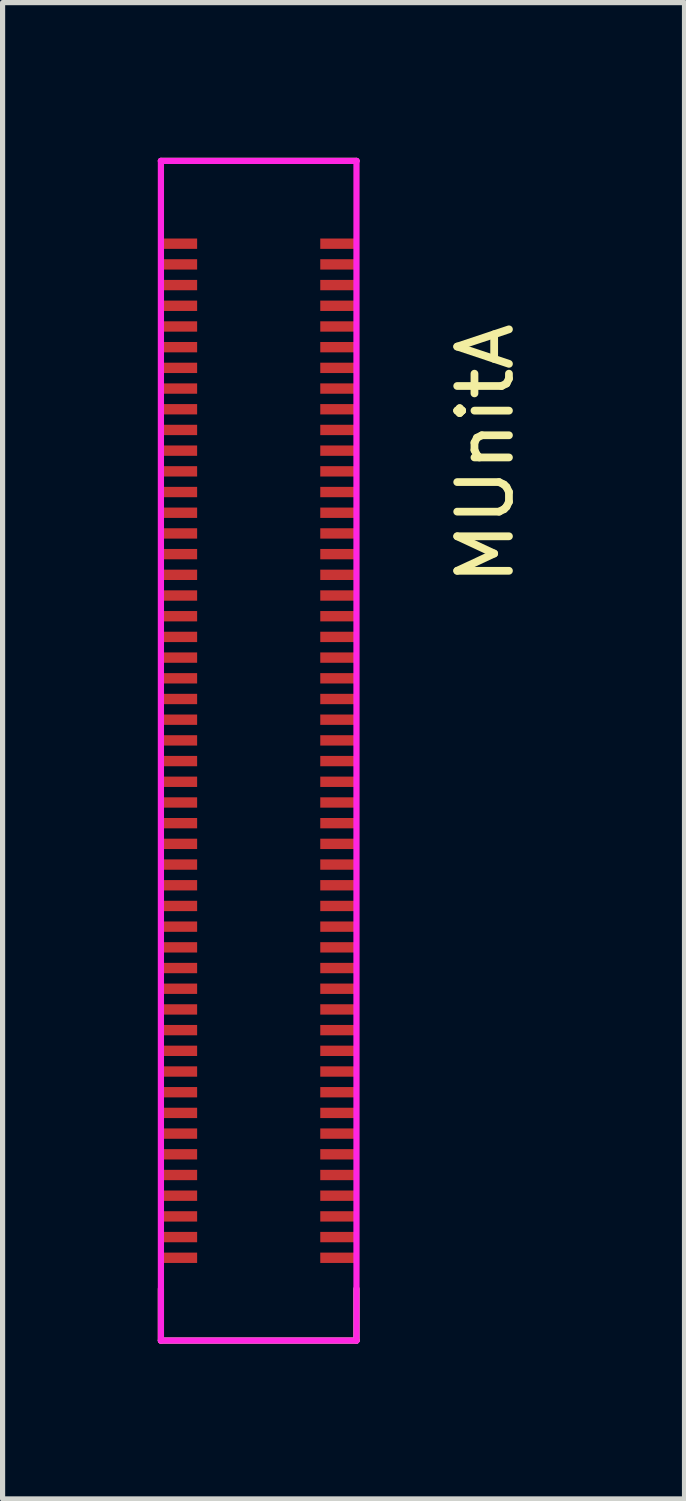
<source format=kicad_pcb>
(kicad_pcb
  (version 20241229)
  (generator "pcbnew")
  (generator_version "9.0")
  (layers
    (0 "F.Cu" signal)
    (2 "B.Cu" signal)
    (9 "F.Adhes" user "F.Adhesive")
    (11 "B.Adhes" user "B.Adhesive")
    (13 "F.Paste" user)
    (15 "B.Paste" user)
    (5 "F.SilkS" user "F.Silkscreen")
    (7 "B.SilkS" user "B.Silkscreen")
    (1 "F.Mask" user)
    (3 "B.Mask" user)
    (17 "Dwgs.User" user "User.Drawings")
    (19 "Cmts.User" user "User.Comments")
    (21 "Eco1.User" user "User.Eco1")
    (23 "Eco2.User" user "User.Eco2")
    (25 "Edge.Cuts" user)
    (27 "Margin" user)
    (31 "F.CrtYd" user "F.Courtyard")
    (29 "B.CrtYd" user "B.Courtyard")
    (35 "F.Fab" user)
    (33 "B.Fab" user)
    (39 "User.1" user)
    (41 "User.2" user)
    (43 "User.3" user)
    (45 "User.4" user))
  (footprint "MUnitA"
    (layer "F.Cu")
    (at 2.167 11.513)
    (property "Reference" "MUnitA" (at 4.165 -5.793 270) (layer "F.SilkS") (effects (font (size 1 1) (thickness 0.15))))
    (attr smd)
    (fp_line (start -2.107 -11.453) (end 1.673 -11.453) (stroke (width 0.12) (type solid)) (layer "F.SilkS"))
    (fp_line (start -2.107 11.347) (end -2.107 10.347) (stroke (width 0.12) (type solid)) (layer "F.SilkS"))
    (fp_line (start -2.107 11.347) (end 1.673 11.347) (stroke (width 0.12) (type solid)) (layer "F.SilkS"))
    (fp_line (start 1.673 11.347) (end 1.673 10.347) (stroke (width 0.12) (type solid)) (layer "F.SilkS"))
    (fp_line (start -2.107 -11.453) (end 1.673 -11.453) (stroke (width 0.12) (type solid)) (layer "F.CrtYd"))
    (fp_line (start -2.107 11.347) (end -2.107 -11.453) (stroke (width 0.12) (type solid)) (layer "F.CrtYd"))
    (fp_line (start 1.673 -11.453) (end 1.673 11.347) (stroke (width 0.12) (type solid)) (layer "F.CrtYd"))
    (fp_line (start 1.673 11.347) (end -2.107 11.347) (stroke (width 0.12) (type solid)) (layer "F.CrtYd"))
    (pad "1" smd rect (at -1.757 -9.853 270) (size 0.2 0.7) (layers "F.Cu" "F.Mask" "F.Paste"))
    (pad "2" smd rect (at 1.323 -9.853 270) (size 0.2 0.7) (layers "F.Cu" "F.Mask" "F.Paste"))
    (pad "3" smd rect (at -1.757 -9.453 270) (size 0.2 0.7) (layers "F.Cu" "F.Mask" "F.Paste"))
    (pad "4" smd rect (at 1.323 -9.453 270) (size 0.2 0.7) (layers "F.Cu" "F.Mask" "F.Paste"))
    (pad "5" smd rect (at -1.757 -9.053 270) (size 0.2 0.7) (layers "F.Cu" "F.Mask" "F.Paste"))
    (pad "6" smd rect (at 1.323 -9.053 270) (size 0.2 0.7) (layers "F.Cu" "F.Mask" "F.Paste"))
    (pad "7" smd rect (at -1.757 -8.653 270) (size 0.2 0.7) (layers "F.Cu" "F.Mask" "F.Paste"))
    (pad "8" smd rect (at 1.323 -8.653 270) (size 0.2 0.7) (layers "F.Cu" "F.Mask" "F.Paste"))
    (pad "9" smd rect (at -1.757 -8.253 270) (size 0.2 0.7) (layers "F.Cu" "F.Mask" "F.Paste"))
    (pad "10" smd rect (at 1.323 -8.253 270) (size 0.2 0.7) (layers "F.Cu" "F.Mask" "F.Paste"))
    (pad "11" smd rect (at -1.757 -7.853 270) (size 0.2 0.7) (layers "F.Cu" "F.Mask" "F.Paste"))
    (pad "12" smd rect (at 1.323 -7.853 270) (size 0.2 0.7) (layers "F.Cu" "F.Mask" "F.Paste"))
    (pad "13" smd rect (at -1.757 -7.453 270) (size 0.2 0.7) (layers "F.Cu" "F.Mask" "F.Paste"))
    (pad "14" smd rect (at 1.323 -7.453 270) (size 0.2 0.7) (layers "F.Cu" "F.Mask" "F.Paste"))
    (pad "15" smd rect (at -1.757 -7.053 270) (size 0.2 0.7) (layers "F.Cu" "F.Mask" "F.Paste"))
    (pad "16" smd rect (at 1.323 -7.053 270) (size 0.2 0.7) (layers "F.Cu" "F.Mask" "F.Paste"))
    (pad "17" smd rect (at -1.757 -6.653 270) (size 0.2 0.7) (layers "F.Cu" "F.Mask" "F.Paste"))
    (pad "18" smd rect (at 1.323 -6.653 270) (size 0.2 0.7) (layers "F.Cu" "F.Mask" "F.Paste"))
    (pad "19" smd rect (at -1.757 -6.253 270) (size 0.2 0.7) (layers "F.Cu" "F.Mask" "F.Paste"))
    (pad "20" smd rect (at 1.323 -6.253 270) (size 0.2 0.7) (layers "F.Cu" "F.Mask" "F.Paste"))
    (pad "21" smd rect (at -1.757 -5.853 270) (size 0.2 0.7) (layers "F.Cu" "F.Mask" "F.Paste"))
    (pad "22" smd rect (at 1.323 -5.853 270) (size 0.2 0.7) (layers "F.Cu" "F.Mask" "F.Paste"))
    (pad "23" smd rect (at -1.757 -5.453 270) (size 0.2 0.7) (layers "F.Cu" "F.Mask" "F.Paste"))
    (pad "24" smd rect (at 1.323 -5.453 270) (size 0.2 0.7) (layers "F.Cu" "F.Mask" "F.Paste"))
    (pad "25" smd rect (at -1.757 -5.053 270) (size 0.2 0.7) (layers "F.Cu" "F.Mask" "F.Paste"))
    (pad "26" smd rect (at 1.323 -5.053 270) (size 0.2 0.7) (layers "F.Cu" "F.Mask" "F.Paste"))
    (pad "27" smd rect (at -1.757 -4.653 270) (size 0.2 0.7) (layers "F.Cu" "F.Mask" "F.Paste"))
    (pad "28" smd rect (at 1.323 -4.653 270) (size 0.2 0.7) (layers "F.Cu" "F.Mask" "F.Paste"))
    (pad "29" smd rect (at -1.757 -4.253 270) (size 0.2 0.7) (layers "F.Cu" "F.Mask" "F.Paste"))
    (pad "30" smd rect (at 1.323 -4.253 270) (size 0.2 0.7) (layers "F.Cu" "F.Mask" "F.Paste"))
    (pad "31" smd rect (at -1.757 -3.853 270) (size 0.2 0.7) (layers "F.Cu" "F.Mask" "F.Paste"))
    (pad "32" smd rect (at 1.323 -3.853 270) (size 0.2 0.7) (layers "F.Cu" "F.Mask" "F.Paste"))
    (pad "33" smd rect (at -1.757 -3.453 270) (size 0.2 0.7) (layers "F.Cu" "F.Mask" "F.Paste"))
    (pad "34" smd rect (at 1.323 -3.453 270) (size 0.2 0.7) (layers "F.Cu" "F.Mask" "F.Paste"))
    (pad "35" smd rect (at -1.757 -3.053 270) (size 0.2 0.7) (layers "F.Cu" "F.Mask" "F.Paste"))
    (pad "36" smd rect (at 1.323 -3.053 270) (size 0.2 0.7) (layers "F.Cu" "F.Mask" "F.Paste"))
    (pad "37" smd rect (at -1.757 -2.653 270) (size 0.2 0.7) (layers "F.Cu" "F.Mask" "F.Paste"))
    (pad "38" smd rect (at 1.323 -2.653 270) (size 0.2 0.7) (layers "F.Cu" "F.Mask" "F.Paste"))
    (pad "39" smd rect (at -1.757 -2.253 270) (size 0.2 0.7) (layers "F.Cu" "F.Mask" "F.Paste"))
    (pad "40" smd rect (at 1.323 -2.253 270) (size 0.2 0.7) (layers "F.Cu" "F.Mask" "F.Paste"))
    (pad "41" smd rect (at -1.757 -1.853 270) (size 0.2 0.7) (layers "F.Cu" "F.Mask" "F.Paste"))
    (pad "42" smd rect (at 1.323 -1.853 270) (size 0.2 0.7) (layers "F.Cu" "F.Mask" "F.Paste"))
    (pad "43" smd rect (at -1.757 -1.453 270) (size 0.2 0.7) (layers "F.Cu" "F.Mask" "F.Paste"))
    (pad "44" smd rect (at 1.323 -1.453 270) (size 0.2 0.7) (layers "F.Cu" "F.Mask" "F.Paste"))
    (pad "45" smd rect (at -1.757 -1.053 270) (size 0.2 0.7) (layers "F.Cu" "F.Mask" "F.Paste"))
    (pad "46" smd rect (at 1.323 -1.053 270) (size 0.2 0.7) (layers "F.Cu" "F.Mask" "F.Paste"))
    (pad "47" smd rect (at -1.757 -0.653 270) (size 0.2 0.7) (layers "F.Cu" "F.Mask" "F.Paste"))
    (pad "48" smd rect (at 1.323 -0.653 270) (size 0.2 0.7) (layers "F.Cu" "F.Mask" "F.Paste"))
    (pad "49" smd rect (at -1.757 -0.253 270) (size 0.2 0.7) (layers "F.Cu" "F.Mask" "F.Paste"))
    (pad "50" smd rect (at 1.323 -0.253 270) (size 0.2 0.7) (layers "F.Cu" "F.Mask" "F.Paste"))
    (pad "51" smd rect (at -1.757 0.147 270) (size 0.2 0.7) (layers "F.Cu" "F.Mask" "F.Paste"))
    (pad "52" smd rect (at 1.323 0.147 270) (size 0.2 0.7) (layers "F.Cu" "F.Mask" "F.Paste"))
    (pad "53" smd rect (at -1.757 0.547 270) (size 0.2 0.7) (layers "F.Cu" "F.Mask" "F.Paste"))
    (pad "54" smd rect (at 1.323 0.547 270) (size 0.2 0.7) (layers "F.Cu" "F.Mask" "F.Paste"))
    (pad "55" smd rect (at -1.757 0.947 270) (size 0.2 0.7) (layers "F.Cu" "F.Mask" "F.Paste"))
    (pad "56" smd rect (at 1.323 0.947 270) (size 0.2 0.7) (layers "F.Cu" "F.Mask" "F.Paste"))
    (pad "57" smd rect (at -1.757 1.347 270) (size 0.2 0.7) (layers "F.Cu" "F.Mask" "F.Paste"))
    (pad "58" smd rect (at 1.323 1.347 270) (size 0.2 0.7) (layers "F.Cu" "F.Mask" "F.Paste"))
    (pad "59" smd rect (at -1.757 1.747 270) (size 0.2 0.7) (layers "F.Cu" "F.Mask" "F.Paste"))
    (pad "60" smd rect (at 1.323 1.747 270) (size 0.2 0.7) (layers "F.Cu" "F.Mask" "F.Paste"))
    (pad "61" smd rect (at -1.757 2.147 270) (size 0.2 0.7) (layers "F.Cu" "F.Mask" "F.Paste"))
    (pad "62" smd rect (at 1.323 2.147 270) (size 0.2 0.7) (layers "F.Cu" "F.Mask" "F.Paste"))
    (pad "63" smd rect (at -1.757 2.547 270) (size 0.2 0.7) (layers "F.Cu" "F.Mask" "F.Paste"))
    (pad "64" smd rect (at 1.323 2.547 270) (size 0.2 0.7) (layers "F.Cu" "F.Mask" "F.Paste"))
    (pad "65" smd rect (at -1.757 2.947 270) (size 0.2 0.7) (layers "F.Cu" "F.Mask" "F.Paste"))
    (pad "66" smd rect (at 1.323 2.947 270) (size 0.2 0.7) (layers "F.Cu" "F.Mask" "F.Paste"))
    (pad "67" smd rect (at -1.757 3.347 270) (size 0.2 0.7) (layers "F.Cu" "F.Mask" "F.Paste"))
    (pad "68" smd rect (at 1.323 3.347 270) (size 0.2 0.7) (layers "F.Cu" "F.Mask" "F.Paste"))
    (pad "69" smd rect (at -1.757 3.747 270) (size 0.2 0.7) (layers "F.Cu" "F.Mask" "F.Paste"))
    (pad "70" smd rect (at 1.323 3.747 270) (size 0.2 0.7) (layers "F.Cu" "F.Mask" "F.Paste"))
    (pad "71" smd rect (at -1.757 4.147 270) (size 0.2 0.7) (layers "F.Cu" "F.Mask" "F.Paste"))
    (pad "72" smd rect (at 1.323 4.147 270) (size 0.2 0.7) (layers "F.Cu" "F.Mask" "F.Paste"))
    (pad "73" smd rect (at -1.757 4.547 270) (size 0.2 0.7) (layers "F.Cu" "F.Mask" "F.Paste"))
    (pad "74" smd rect (at 1.323 4.547 270) (size 0.2 0.7) (layers "F.Cu" "F.Mask" "F.Paste"))
    (pad "75" smd rect (at -1.757 4.947 270) (size 0.2 0.7) (layers "F.Cu" "F.Mask" "F.Paste"))
    (pad "76" smd rect (at 1.323 4.947 270) (size 0.2 0.7) (layers "F.Cu" "F.Mask" "F.Paste"))
    (pad "77" smd rect (at -1.757 5.347 270) (size 0.2 0.7) (layers "F.Cu" "F.Mask" "F.Paste"))
    (pad "78" smd rect (at 1.323 5.347 270) (size 0.2 0.7) (layers "F.Cu" "F.Mask" "F.Paste"))
    (pad "79" smd rect (at -1.757 5.747 270) (size 0.2 0.7) (layers "F.Cu" "F.Mask" "F.Paste"))
    (pad "80" smd rect (at 1.323 5.747 270) (size 0.2 0.7) (layers "F.Cu" "F.Mask" "F.Paste"))
    (pad "81" smd rect (at -1.757 6.147 270) (size 0.2 0.7) (layers "F.Cu" "F.Mask" "F.Paste"))
    (pad "82" smd rect (at 1.323 6.147 270) (size 0.2 0.7) (layers "F.Cu" "F.Mask" "F.Paste"))
    (pad "83" smd rect (at -1.757 6.547 270) (size 0.2 0.7) (layers "F.Cu" "F.Mask" "F.Paste"))
    (pad "84" smd rect (at 1.323 6.547 270) (size 0.2 0.7) (layers "F.Cu" "F.Mask" "F.Paste"))
    (pad "85" smd rect (at -1.757 6.947 270) (size 0.2 0.7) (layers "F.Cu" "F.Mask" "F.Paste"))
    (pad "86" smd rect (at 1.323 6.947 270) (size 0.2 0.7) (layers "F.Cu" "F.Mask" "F.Paste"))
    (pad "87" smd rect (at -1.757 7.347 270) (size 0.2 0.7) (layers "F.Cu" "F.Mask" "F.Paste"))
    (pad "88" smd rect (at 1.323 7.347 270) (size 0.2 0.7) (layers "F.Cu" "F.Mask" "F.Paste"))
    (pad "89" smd rect (at -1.757 7.747 270) (size 0.2 0.7) (layers "F.Cu" "F.Mask" "F.Paste"))
    (pad "90" smd rect (at 1.323 7.747 270) (size 0.2 0.7) (layers "F.Cu" "F.Mask" "F.Paste"))
    (pad "91" smd rect (at -1.757 8.147 270) (size 0.2 0.7) (layers "F.Cu" "F.Mask" "F.Paste"))
    (pad "92" smd rect (at 1.323 8.147 270) (size 0.2 0.7) (layers "F.Cu" "F.Mask" "F.Paste"))
    (pad "93" smd rect (at -1.757 8.547 270) (size 0.2 0.7) (layers "F.Cu" "F.Mask" "F.Paste"))
    (pad "94" smd rect (at 1.323 8.547 270) (size 0.2 0.7) (layers "F.Cu" "F.Mask" "F.Paste"))
    (pad "95" smd rect (at -1.757 8.947 270) (size 0.2 0.7) (layers "F.Cu" "F.Mask" "F.Paste"))
    (pad "96" smd rect (at 1.323 8.947 270) (size 0.2 0.7) (layers "F.Cu" "F.Mask" "F.Paste"))
    (pad "97" smd rect (at -1.757 9.347 270) (size 0.2 0.7) (layers "F.Cu" "F.Mask" "F.Paste"))
    (pad "98" smd rect (at 1.323 9.347 270) (size 0.2 0.7) (layers "F.Cu" "F.Mask" "F.Paste"))
    (pad "99" smd rect (at -1.757 9.747 270) (size 0.2 0.7) (layers "F.Cu" "F.Mask" "F.Paste"))
    (pad "100" smd rect (at 1.323 9.747 270) (size 0.2 0.7) (layers "F.Cu" "F.Mask" "F.Paste")))
  (gr_rect
    (start -3 -3)
    (end 10.18 25.92)
    (stroke (width 0.1) (type default))
    (fill no)
    (layer "Edge.Cuts")))
</source>
